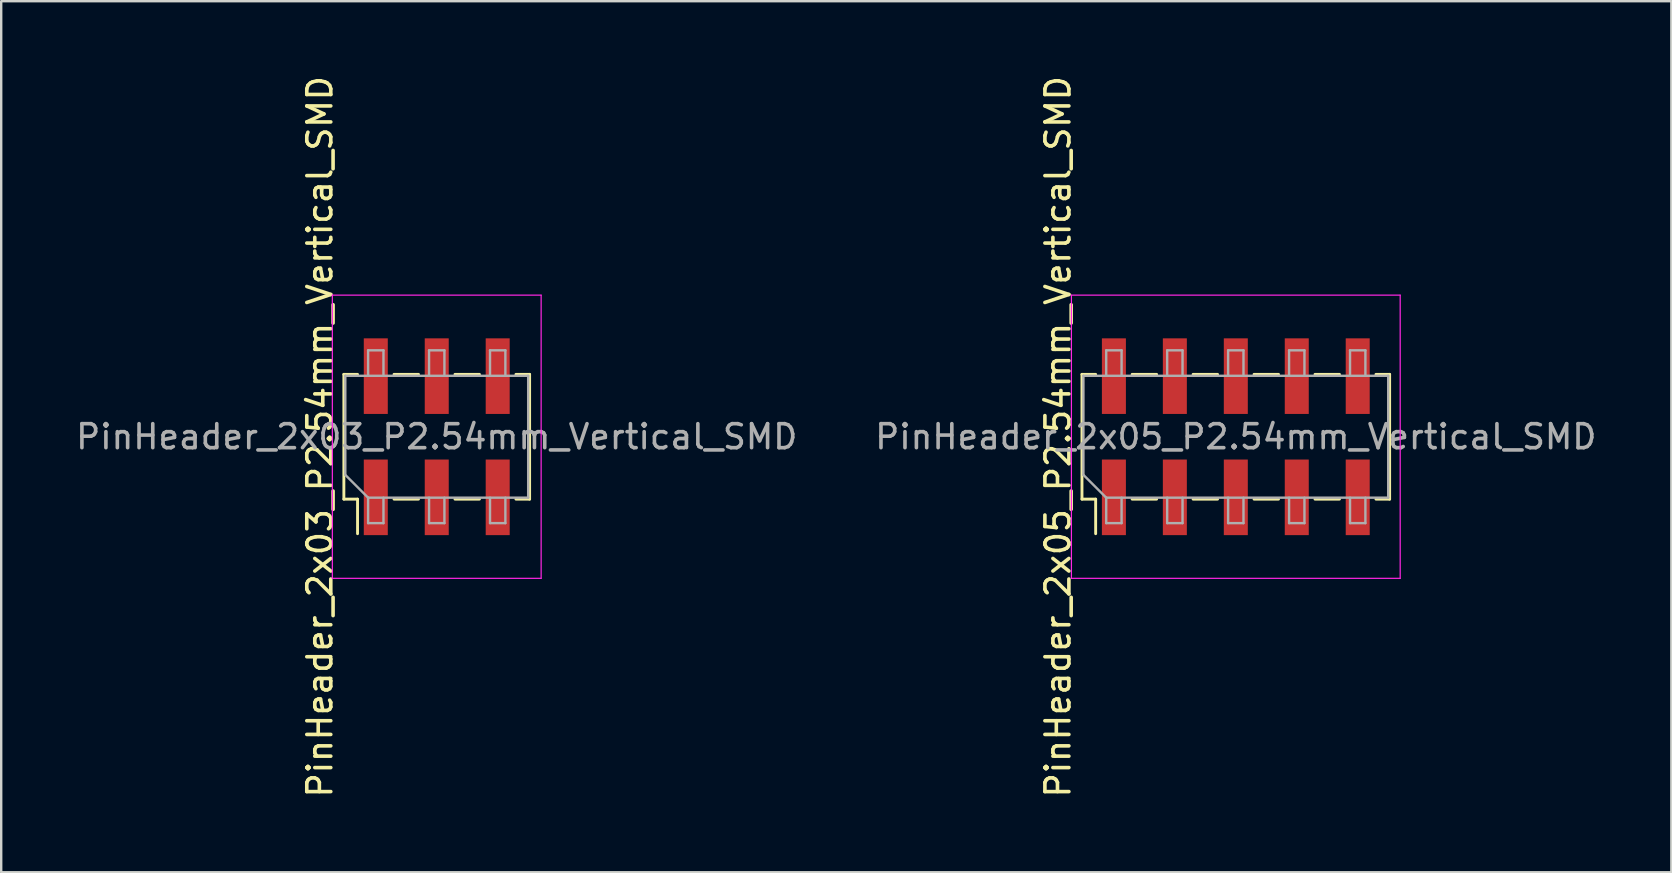
<source format=kicad_pcb>
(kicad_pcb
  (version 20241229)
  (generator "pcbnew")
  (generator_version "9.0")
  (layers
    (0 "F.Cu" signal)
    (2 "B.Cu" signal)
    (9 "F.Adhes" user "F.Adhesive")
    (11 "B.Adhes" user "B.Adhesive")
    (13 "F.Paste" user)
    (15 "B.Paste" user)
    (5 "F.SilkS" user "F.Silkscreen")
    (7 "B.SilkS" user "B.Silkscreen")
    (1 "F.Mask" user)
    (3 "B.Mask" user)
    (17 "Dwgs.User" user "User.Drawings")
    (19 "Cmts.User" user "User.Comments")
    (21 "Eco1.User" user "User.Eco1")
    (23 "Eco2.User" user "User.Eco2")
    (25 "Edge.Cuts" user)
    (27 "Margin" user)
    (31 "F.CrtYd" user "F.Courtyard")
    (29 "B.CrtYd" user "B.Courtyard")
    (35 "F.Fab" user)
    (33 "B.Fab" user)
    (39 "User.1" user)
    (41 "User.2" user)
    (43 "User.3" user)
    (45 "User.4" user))
  (footprint "PinHeader_2x05_P2.54mm_Vertical_SMD"
    (layer "F.Cu")
    (at 48.446 15.149)
    (property "Reference" "PinHeader_2x05_P2.54mm_Vertical_SMD" (at -7.41 0 90) (layer "F.SilkS") (effects (font (size 1 1) (thickness 0.15))))
    (attr smd)
    (fp_line (start -6.41 -2.6) (end -5.84 -2.6) (stroke (width 0.12) (type solid)) (layer "F.SilkS"))
    (fp_line (start -6.41 2.6) (end -6.41 -2.6) (stroke (width 0.12) (type solid)) (layer "F.SilkS"))
    (fp_line (start -6.41 2.6) (end -5.84 2.6) (stroke (width 0.12) (type solid)) (layer "F.SilkS"))
    (fp_line (start -5.84 4.04) (end -5.84 2.6) (stroke (width 0.12) (type solid)) (layer "F.SilkS"))
    (fp_line (start -4.32 -2.6) (end -3.3 -2.6) (stroke (width 0.12) (type solid)) (layer "F.SilkS"))
    (fp_line (start -4.32 2.6) (end -3.3 2.6) (stroke (width 0.12) (type solid)) (layer "F.SilkS"))
    (fp_line (start -1.78 -2.6) (end -0.76 -2.6) (stroke (width 0.12) (type solid)) (layer "F.SilkS"))
    (fp_line (start -1.78 2.6) (end -0.76 2.6) (stroke (width 0.12) (type solid)) (layer "F.SilkS"))
    (fp_line (start 0.76 -2.6) (end 1.78 -2.6) (stroke (width 0.12) (type solid)) (layer "F.SilkS"))
    (fp_line (start 0.76 2.6) (end 1.78 2.6) (stroke (width 0.12) (type solid)) (layer "F.SilkS"))
    (fp_line (start 3.3 -2.6) (end 4.32 -2.6) (stroke (width 0.12) (type solid)) (layer "F.SilkS"))
    (fp_line (start 3.3 2.6) (end 4.32 2.6) (stroke (width 0.12) (type solid)) (layer "F.SilkS"))
    (fp_line (start 5.84 -2.6) (end 6.41 -2.6) (stroke (width 0.12) (type solid)) (layer "F.SilkS"))
    (fp_line (start 5.84 2.6) (end 6.41 2.6) (stroke (width 0.12) (type solid)) (layer "F.SilkS"))
    (fp_line (start 6.41 2.6) (end 6.41 -2.6) (stroke (width 0.12) (type solid)) (layer "F.SilkS"))
    (fp_line (start -6.85 -5.9) (end -6.85 5.9) (stroke (width 0.05) (type solid)) (layer "F.CrtYd"))
    (fp_line (start -6.85 5.9) (end 6.85 5.9) (stroke (width 0.05) (type solid)) (layer "F.CrtYd"))
    (fp_line (start 6.85 -5.9) (end -6.85 -5.9) (stroke (width 0.05) (type solid)) (layer "F.CrtYd"))
    (fp_line (start 6.85 5.9) (end 6.85 -5.9) (stroke (width 0.05) (type solid)) (layer "F.CrtYd"))
    (fp_line (start -6.35 -2.54) (end 6.35 -2.54) (stroke (width 0.1) (type solid)) (layer "F.Fab"))
    (fp_line (start -6.35 1.59) (end -6.35 -2.54) (stroke (width 0.1) (type solid)) (layer "F.Fab"))
    (fp_line (start -5.4 -3.6) (end -4.76 -3.6) (stroke (width 0.1) (type solid)) (layer "F.Fab"))
    (fp_line (start -5.4 -2.54) (end -5.4 -3.6) (stroke (width 0.1) (type solid)) (layer "F.Fab"))
    (fp_line (start -5.4 2.54) (end -6.35 1.59) (stroke (width 0.1) (type solid)) (layer "F.Fab"))
    (fp_line (start -5.4 2.54) (end -5.4 3.6) (stroke (width 0.1) (type solid)) (layer "F.Fab"))
    (fp_line (start -5.4 3.6) (end -4.76 3.6) (stroke (width 0.1) (type solid)) (layer "F.Fab"))
    (fp_line (start -4.76 -3.6) (end -4.76 -2.54) (stroke (width 0.1) (type solid)) (layer "F.Fab"))
    (fp_line (start -4.76 3.6) (end -4.76 2.54) (stroke (width 0.1) (type solid)) (layer "F.Fab"))
    (fp_line (start -2.86 -3.6) (end -2.22 -3.6) (stroke (width 0.1) (type solid)) (layer "F.Fab"))
    (fp_line (start -2.86 -2.54) (end -2.86 -3.6) (stroke (width 0.1) (type solid)) (layer "F.Fab"))
    (fp_line (start -2.86 2.54) (end -2.86 3.6) (stroke (width 0.1) (type solid)) (layer "F.Fab"))
    (fp_line (start -2.86 3.6) (end -2.22 3.6) (stroke (width 0.1) (type solid)) (layer "F.Fab"))
    (fp_line (start -2.22 -3.6) (end -2.22 -2.54) (stroke (width 0.1) (type solid)) (layer "F.Fab"))
    (fp_line (start -2.22 3.6) (end -2.22 2.54) (stroke (width 0.1) (type solid)) (layer "F.Fab"))
    (fp_line (start -0.32 -3.6) (end 0.32 -3.6) (stroke (width 0.1) (type solid)) (layer "F.Fab"))
    (fp_line (start -0.32 -2.54) (end -0.32 -3.6) (stroke (width 0.1) (type solid)) (layer "F.Fab"))
    (fp_line (start -0.32 2.54) (end -0.32 3.6) (stroke (width 0.1) (type solid)) (layer "F.Fab"))
    (fp_line (start -0.32 3.6) (end 0.32 3.6) (stroke (width 0.1) (type solid)) (layer "F.Fab"))
    (fp_line (start 0.32 -3.6) (end 0.32 -2.54) (stroke (width 0.1) (type solid)) (layer "F.Fab"))
    (fp_line (start 0.32 3.6) (end 0.32 2.54) (stroke (width 0.1) (type solid)) (layer "F.Fab"))
    (fp_line (start 2.22 -3.6) (end 2.86 -3.6) (stroke (width 0.1) (type solid)) (layer "F.Fab"))
    (fp_line (start 2.22 -2.54) (end 2.22 -3.6) (stroke (width 0.1) (type solid)) (layer "F.Fab"))
    (fp_line (start 2.22 2.54) (end 2.22 3.6) (stroke (width 0.1) (type solid)) (layer "F.Fab"))
    (fp_line (start 2.22 3.6) (end 2.86 3.6) (stroke (width 0.1) (type solid)) (layer "F.Fab"))
    (fp_line (start 2.86 -3.6) (end 2.86 -2.54) (stroke (width 0.1) (type solid)) (layer "F.Fab"))
    (fp_line (start 2.86 3.6) (end 2.86 2.54) (stroke (width 0.1) (type solid)) (layer "F.Fab"))
    (fp_line (start 4.76 -3.6) (end 5.4 -3.6) (stroke (width 0.1) (type solid)) (layer "F.Fab"))
    (fp_line (start 4.76 -2.54) (end 4.76 -3.6) (stroke (width 0.1) (type solid)) (layer "F.Fab"))
    (fp_line (start 4.76 2.54) (end 4.76 3.6) (stroke (width 0.1) (type solid)) (layer "F.Fab"))
    (fp_line (start 4.76 3.6) (end 5.4 3.6) (stroke (width 0.1) (type solid)) (layer "F.Fab"))
    (fp_line (start 5.4 -3.6) (end 5.4 -2.54) (stroke (width 0.1) (type solid)) (layer "F.Fab"))
    (fp_line (start 5.4 3.6) (end 5.4 2.54) (stroke (width 0.1) (type solid)) (layer "F.Fab"))
    (fp_line (start 6.35 -2.54) (end 6.35 2.54) (stroke (width 0.1) (type solid)) (layer "F.Fab"))
    (fp_line (start 6.35 2.54) (end -5.4 2.54) (stroke (width 0.1) (type solid)) (layer "F.Fab"))
    (fp_text user "${REFERENCE}" (at 0 0 180) (layer "F.Fab") (effects (font (size 1 1) (thickness 0.15))))
    (pad "1" smd rect (at -5.08 -2.525 270) (size 3.15 1) (layers "F.Cu" "F.Mask" "F.Paste"))
    (pad "2" smd rect (at -5.08 2.525 270) (size 3.15 1) (layers "F.Cu" "F.Mask" "F.Paste"))
    (pad "3" smd rect (at -2.54 -2.525 270) (size 3.15 1) (layers "F.Cu" "F.Mask" "F.Paste"))
    (pad "4" smd rect (at -2.54 2.525 270) (size 3.15 1) (layers "F.Cu" "F.Mask" "F.Paste"))
    (pad "5" smd rect (at 0 -2.525 270) (size 3.15 1) (layers "F.Cu" "F.Mask" "F.Paste"))
    (pad "6" smd rect (at 0 2.525 270) (size 3.15 1) (layers "F.Cu" "F.Mask" "F.Paste"))
    (pad "7" smd rect (at 2.54 -2.525 270) (size 3.15 1) (layers "F.Cu" "F.Mask" "F.Paste"))
    (pad "8" smd rect (at 2.54 2.525 270) (size 3.15 1) (layers "F.Cu" "F.Mask" "F.Paste"))
    (pad "9" smd rect (at 5.08 -2.525 270) (size 3.15 1) (layers "F.Cu" "F.Mask" "F.Paste"))
    (pad "10" smd rect (at 5.08 2.525 270) (size 3.15 1) (layers "F.Cu" "F.Mask" "F.Paste")))
  (footprint "PinHeader_2x03_P2.54mm_Vertical_SMD"
    (layer "F.Cu")
    (at 15.149 15.149)
    (property "Reference" "PinHeader_2x03_P2.54mm_Vertical_SMD" (at -4.87 0 90) (layer "F.SilkS") (effects (font (size 1 1) (thickness 0.15))))
    (attr smd)
    (fp_line (start -3.87 -2.6) (end -3.3 -2.6) (stroke (width 0.12) (type solid)) (layer "F.SilkS"))
    (fp_line (start -3.87 2.6) (end -3.87 -2.6) (stroke (width 0.12) (type solid)) (layer "F.SilkS"))
    (fp_line (start -3.87 2.6) (end -3.3 2.6) (stroke (width 0.12) (type solid)) (layer "F.SilkS"))
    (fp_line (start -3.3 4.04) (end -3.3 2.6) (stroke (width 0.12) (type solid)) (layer "F.SilkS"))
    (fp_line (start -1.78 -2.6) (end -0.76 -2.6) (stroke (width 0.12) (type solid)) (layer "F.SilkS"))
    (fp_line (start -1.78 2.6) (end -0.76 2.6) (stroke (width 0.12) (type solid)) (layer "F.SilkS"))
    (fp_line (start 0.76 -2.6) (end 1.78 -2.6) (stroke (width 0.12) (type solid)) (layer "F.SilkS"))
    (fp_line (start 0.76 2.6) (end 1.78 2.6) (stroke (width 0.12) (type solid)) (layer "F.SilkS"))
    (fp_line (start 3.3 -2.6) (end 3.87 -2.6) (stroke (width 0.12) (type solid)) (layer "F.SilkS"))
    (fp_line (start 3.3 2.6) (end 3.87 2.6) (stroke (width 0.12) (type solid)) (layer "F.SilkS"))
    (fp_line (start 3.87 2.6) (end 3.87 -2.6) (stroke (width 0.12) (type solid)) (layer "F.SilkS"))
    (fp_line (start -4.35 -5.9) (end -4.35 5.9) (stroke (width 0.05) (type solid)) (layer "F.CrtYd"))
    (fp_line (start -4.35 5.9) (end 4.35 5.9) (stroke (width 0.05) (type solid)) (layer "F.CrtYd"))
    (fp_line (start 4.35 -5.9) (end -4.35 -5.9) (stroke (width 0.05) (type solid)) (layer "F.CrtYd"))
    (fp_line (start 4.35 5.9) (end 4.35 -5.9) (stroke (width 0.05) (type solid)) (layer "F.CrtYd"))
    (fp_line (start -3.81 -2.54) (end 3.81 -2.54) (stroke (width 0.1) (type solid)) (layer "F.Fab"))
    (fp_line (start -3.81 1.59) (end -3.81 -2.54) (stroke (width 0.1) (type solid)) (layer "F.Fab"))
    (fp_line (start -2.86 -3.6) (end -2.22 -3.6) (stroke (width 0.1) (type solid)) (layer "F.Fab"))
    (fp_line (start -2.86 -2.54) (end -2.86 -3.6) (stroke (width 0.1) (type solid)) (layer "F.Fab"))
    (fp_line (start -2.86 2.54) (end -3.81 1.59) (stroke (width 0.1) (type solid)) (layer "F.Fab"))
    (fp_line (start -2.86 2.54) (end -2.86 3.6) (stroke (width 0.1) (type solid)) (layer "F.Fab"))
    (fp_line (start -2.86 3.6) (end -2.22 3.6) (stroke (width 0.1) (type solid)) (layer "F.Fab"))
    (fp_line (start -2.22 -3.6) (end -2.22 -2.54) (stroke (width 0.1) (type solid)) (layer "F.Fab"))
    (fp_line (start -2.22 3.6) (end -2.22 2.54) (stroke (width 0.1) (type solid)) (layer "F.Fab"))
    (fp_line (start -0.32 -3.6) (end 0.32 -3.6) (stroke (width 0.1) (type solid)) (layer "F.Fab"))
    (fp_line (start -0.32 -2.54) (end -0.32 -3.6) (stroke (width 0.1) (type solid)) (layer "F.Fab"))
    (fp_line (start -0.32 2.54) (end -0.32 3.6) (stroke (width 0.1) (type solid)) (layer "F.Fab"))
    (fp_line (start -0.32 3.6) (end 0.32 3.6) (stroke (width 0.1) (type solid)) (layer "F.Fab"))
    (fp_line (start 0.32 -3.6) (end 0.32 -2.54) (stroke (width 0.1) (type solid)) (layer "F.Fab"))
    (fp_line (start 0.32 3.6) (end 0.32 2.54) (stroke (width 0.1) (type solid)) (layer "F.Fab"))
    (fp_line (start 2.22 -3.6) (end 2.86 -3.6) (stroke (width 0.1) (type solid)) (layer "F.Fab"))
    (fp_line (start 2.22 -2.54) (end 2.22 -3.6) (stroke (width 0.1) (type solid)) (layer "F.Fab"))
    (fp_line (start 2.22 2.54) (end 2.22 3.6) (stroke (width 0.1) (type solid)) (layer "F.Fab"))
    (fp_line (start 2.22 3.6) (end 2.86 3.6) (stroke (width 0.1) (type solid)) (layer "F.Fab"))
    (fp_line (start 2.86 -3.6) (end 2.86 -2.54) (stroke (width 0.1) (type solid)) (layer "F.Fab"))
    (fp_line (start 2.86 3.6) (end 2.86 2.54) (stroke (width 0.1) (type solid)) (layer "F.Fab"))
    (fp_line (start 3.81 -2.54) (end 3.81 2.54) (stroke (width 0.1) (type solid)) (layer "F.Fab"))
    (fp_line (start 3.81 2.54) (end -2.86 2.54) (stroke (width 0.1) (type solid)) (layer "F.Fab"))
    (fp_text user "${REFERENCE}" (at 0 0 180) (layer "F.Fab") (effects (font (size 1 1) (thickness 0.15))))
    (pad "1" smd rect (at -2.54 -2.525 270) (size 3.15 1) (layers "F.Cu" "F.Mask" "F.Paste"))
    (pad "2" smd rect (at -2.54 2.525 270) (size 3.15 1) (layers "F.Cu" "F.Mask" "F.Paste"))
    (pad "3" smd rect (at 0 -2.525 270) (size 3.15 1) (layers "F.Cu" "F.Mask" "F.Paste"))
    (pad "4" smd rect (at 0 2.525 270) (size 3.15 1) (layers "F.Cu" "F.Mask" "F.Paste"))
    (pad "5" smd rect (at 2.54 -2.525 270) (size 3.15 1) (layers "F.Cu" "F.Mask" "F.Paste"))
    (pad "6" smd rect (at 2.54 2.525 270) (size 3.15 1) (layers "F.Cu" "F.Mask" "F.Paste")))
  (gr_rect
    (start -3 -3)
    (end 66.595 33.298)
    (stroke (width 0.1) (type default))
    (fill no)
    (layer "Edge.Cuts")))
</source>
